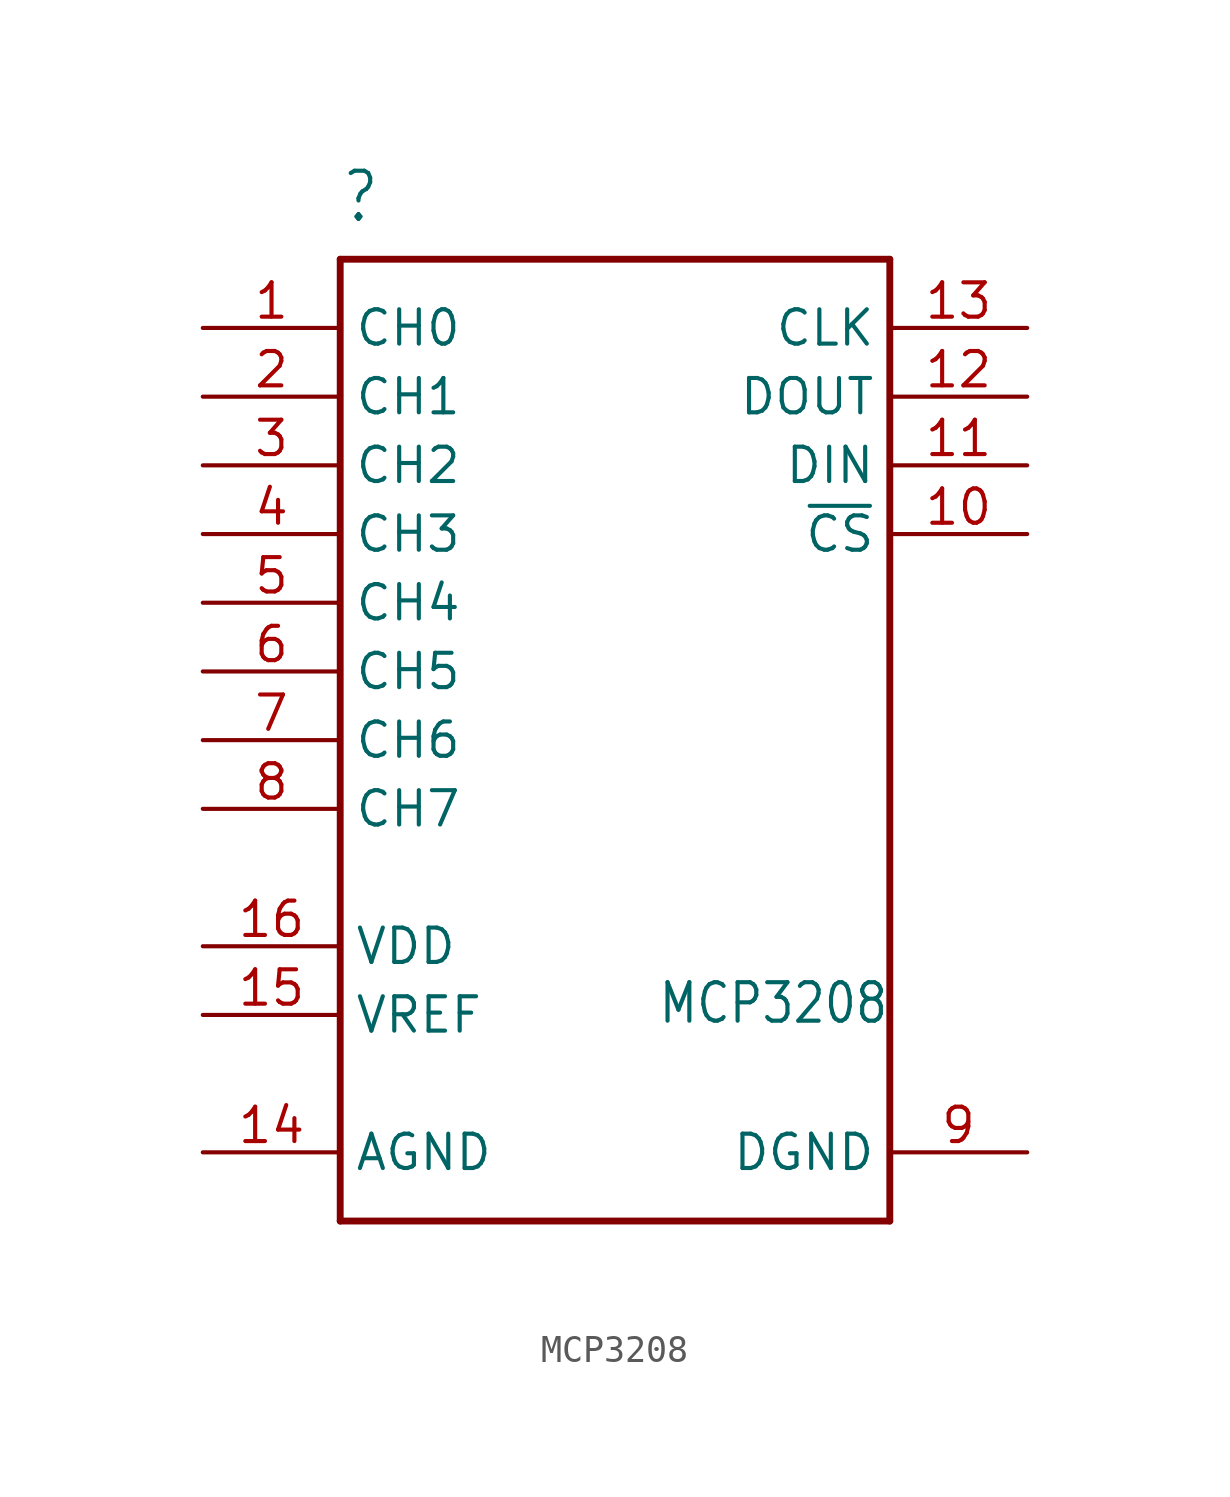
<source format=kicad_sym>
(kicad_symbol_lib
  (version 20211014)
  (generator kicad_symbol_editor)
  (symbol "MCP3208"
    (property "Reference" ""
      (at -10.16 13.97 0)
      (effects (font (size 1.778 1.511)) (justify left bottom)))
    (property "Value" "MCP3208"
      (at 10.16 -13.97 0)
      (effects (font (size 1.422 1.209)) (justify right top)))
    (property "ki_locked" ""
      (at 0 0 0)
      (effects (font (size 1.27 1.27))))
    (symbol "MCP3208_1_0"
      (polyline (pts (xy -10.16 -22.86) (xy 10.16 -22.86)) (stroke (width 0.254) (type default) (color 0 0 0 0)) (fill (type none)))
      (polyline (pts (xy -10.16 12.7) (xy -10.16 -22.86)) (stroke (width 0.254) (type default) (color 0 0 0 0)) (fill (type none)))
      (polyline (pts (xy 10.16 -22.86) (xy 10.16 12.7)) (stroke (width 0.254) (type default) (color 0 0 0 0)) (fill (type none)))
      (polyline (pts (xy 10.16 12.7) (xy -10.16 12.7)) (stroke (width 0.254) (type default) (color 0 0 0 0)) (fill (type none)))
      (pin bidirectional line (at -15.24 10.16 0) (length 5.08) (name "CH0" (effects (font (size 1.27 1.27)))) (number "1" (effects (font (size 1.27 1.27)))))
      (pin bidirectional line (at 15.24 2.54 180) (length 5.08) (name "~{CS}" (effects (font (size 1.27 1.27)))) (number "10" (effects (font (size 1.27 1.27)))))
      (pin bidirectional line (at 15.24 5.08 180) (length 5.08) (name "DIN" (effects (font (size 1.27 1.27)))) (number "11" (effects (font (size 1.27 1.27)))))
      (pin bidirectional line (at 15.24 7.62 180) (length 5.08) (name "DOUT" (effects (font (size 1.27 1.27)))) (number "12" (effects (font (size 1.27 1.27)))))
      (pin bidirectional line (at 15.24 10.16 180) (length 5.08) (name "CLK" (effects (font (size 1.27 1.27)))) (number "13" (effects (font (size 1.27 1.27)))))
      (pin bidirectional line (at -15.24 -20.32 0) (length 5.08) (name "AGND" (effects (font (size 1.27 1.27)))) (number "14" (effects (font (size 1.27 1.27)))))
      (pin bidirectional line (at -15.24 -15.24 0) (length 5.08) (name "VREF" (effects (font (size 1.27 1.27)))) (number "15" (effects (font (size 1.27 1.27)))))
      (pin bidirectional line (at -15.24 -12.7 0) (length 5.08) (name "VDD" (effects (font (size 1.27 1.27)))) (number "16" (effects (font (size 1.27 1.27)))))
      (pin bidirectional line (at -15.24 7.62 0) (length 5.08) (name "CH1" (effects (font (size 1.27 1.27)))) (number "2" (effects (font (size 1.27 1.27)))))
      (pin bidirectional line (at -15.24 5.08 0) (length 5.08) (name "CH2" (effects (font (size 1.27 1.27)))) (number "3" (effects (font (size 1.27 1.27)))))
      (pin bidirectional line (at -15.24 2.54 0) (length 5.08) (name "CH3" (effects (font (size 1.27 1.27)))) (number "4" (effects (font (size 1.27 1.27)))))
      (pin bidirectional line (at -15.24 0 0) (length 5.08) (name "CH4" (effects (font (size 1.27 1.27)))) (number "5" (effects (font (size 1.27 1.27)))))
      (pin bidirectional line (at -15.24 -2.54 0) (length 5.08) (name "CH5" (effects (font (size 1.27 1.27)))) (number "6" (effects (font (size 1.27 1.27)))))
      (pin bidirectional line (at -15.24 -5.08 0) (length 5.08) (name "CH6" (effects (font (size 1.27 1.27)))) (number "7" (effects (font (size 1.27 1.27)))))
      (pin bidirectional line (at -15.24 -7.62 0) (length 5.08) (name "CH7" (effects (font (size 1.27 1.27)))) (number "8" (effects (font (size 1.27 1.27)))))
      (pin bidirectional line (at 15.24 -20.32 180) (length 5.08) (name "DGND" (effects (font (size 1.27 1.27)))) (number "9" (effects (font (size 1.27 1.27))))))))
</source>
